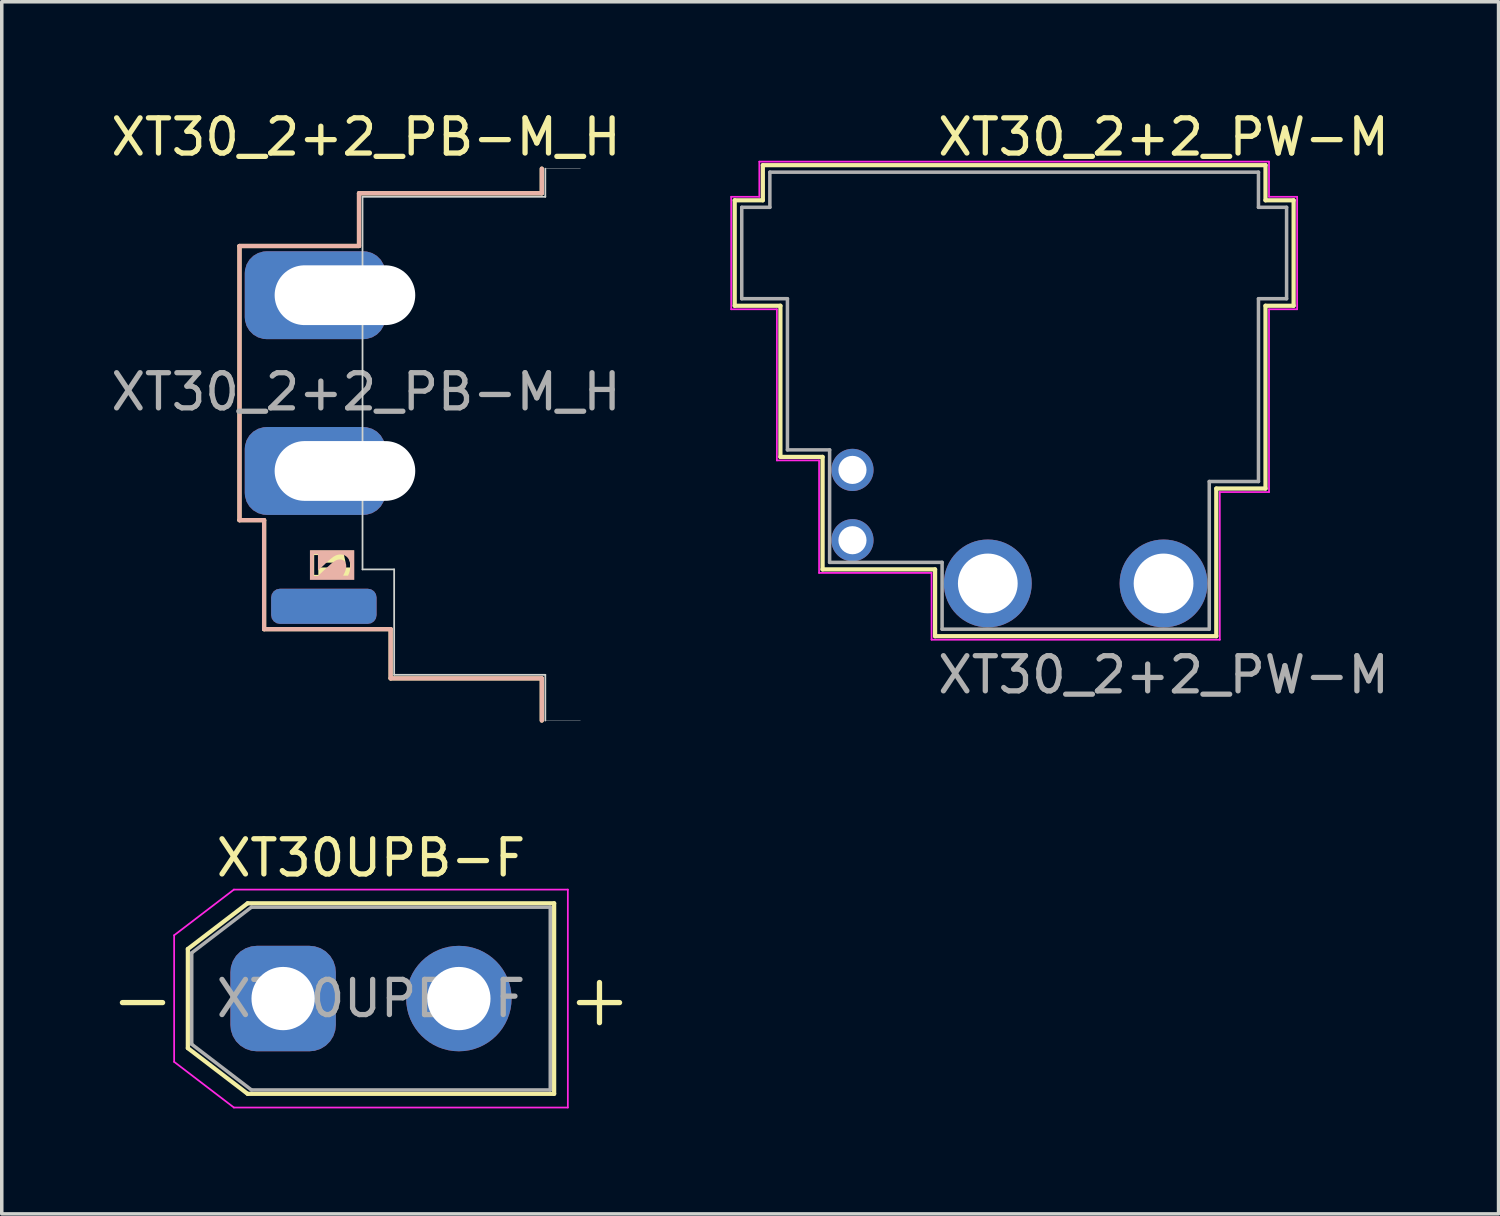
<source format=kicad_pcb>
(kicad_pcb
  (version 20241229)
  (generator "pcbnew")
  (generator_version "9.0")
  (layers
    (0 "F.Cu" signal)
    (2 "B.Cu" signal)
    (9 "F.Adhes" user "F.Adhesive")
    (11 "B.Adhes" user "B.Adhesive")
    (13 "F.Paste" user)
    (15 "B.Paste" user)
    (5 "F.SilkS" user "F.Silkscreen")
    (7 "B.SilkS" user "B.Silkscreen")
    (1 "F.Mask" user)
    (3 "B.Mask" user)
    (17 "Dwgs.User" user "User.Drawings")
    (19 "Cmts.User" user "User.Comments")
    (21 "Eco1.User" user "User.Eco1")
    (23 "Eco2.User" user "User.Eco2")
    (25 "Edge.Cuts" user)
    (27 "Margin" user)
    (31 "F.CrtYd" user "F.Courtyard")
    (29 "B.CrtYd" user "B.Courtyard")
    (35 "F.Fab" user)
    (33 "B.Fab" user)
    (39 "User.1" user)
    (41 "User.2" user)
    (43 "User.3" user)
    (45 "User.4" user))
  (footprint "XT30_2+2_PW-M"
    (layer "F.Cu")
    (at 30.051 13.548)
    (property "Reference" "XT30_2+2_PW-M" (at 0 -12.7 0) (unlocked yes) (layer "F.SilkS") (effects (font (size 1 1) (thickness 0.15))))
    (attr through_hole)
    (fp_line (start -12.2 -10.9) (end -11.4 -10.9) (stroke (width 0.12) (type solid)) (layer "F.SilkS"))
    (fp_line (start -12.2 -7.9) (end -12.2 -10.9) (stroke (width 0.12) (type solid)) (layer "F.SilkS"))
    (fp_line (start -11.4 -11.9) (end 2.9 -11.9) (stroke (width 0.12) (type solid)) (layer "F.SilkS"))
    (fp_line (start -11.4 -10.9) (end -11.4 -11.9) (stroke (width 0.12) (type solid)) (layer "F.SilkS"))
    (fp_line (start -10.9 -7.9) (end -12.2 -7.9) (stroke (width 0.12) (type solid)) (layer "F.SilkS"))
    (fp_line (start -10.9 -3.6) (end -10.9 -7.9) (stroke (width 0.12) (type solid)) (layer "F.SilkS"))
    (fp_line (start -9.7 -3.6) (end -10.9 -3.6) (stroke (width 0.12) (type solid)) (layer "F.SilkS"))
    (fp_line (start -9.7 -0.4) (end -9.7 -3.6) (stroke (width 0.12) (type solid)) (layer "F.SilkS"))
    (fp_line (start -6.5 -0.4) (end -9.7 -0.4) (stroke (width 0.12) (type solid)) (layer "F.SilkS"))
    (fp_line (start -6.5 1.5) (end -6.5 -0.4) (stroke (width 0.12) (type solid)) (layer "F.SilkS"))
    (fp_line (start 1.5 -2.7) (end 1.5 1.5) (stroke (width 0.12) (type solid)) (layer "F.SilkS"))
    (fp_line (start 1.5 1.5) (end -6.5 1.5) (stroke (width 0.12) (type solid)) (layer "F.SilkS"))
    (fp_line (start 2.9 -11.9) (end 2.9 -10.9) (stroke (width 0.12) (type solid)) (layer "F.SilkS"))
    (fp_line (start 2.9 -10.9) (end 3.7 -10.9) (stroke (width 0.12) (type solid)) (layer "F.SilkS"))
    (fp_line (start 2.9 -7.9) (end 2.9 -2.7) (stroke (width 0.12) (type solid)) (layer "F.SilkS"))
    (fp_line (start 2.9 -2.7) (end 1.5 -2.7) (stroke (width 0.12) (type solid)) (layer "F.SilkS"))
    (fp_line (start 3.7 -10.9) (end 3.7 -7.9) (stroke (width 0.12) (type solid)) (layer "F.SilkS"))
    (fp_line (start 3.7 -7.9) (end 2.9 -7.9) (stroke (width 0.12) (type solid)) (layer "F.SilkS"))
    (fp_line (start -12.3 -11) (end -11.5 -11) (stroke (width 0.05) (type solid)) (layer "F.CrtYd"))
    (fp_line (start -12.3 -7.8) (end -12.3 -11) (stroke (width 0.05) (type solid)) (layer "F.CrtYd"))
    (fp_line (start -11.5 -12) (end 3 -12) (stroke (width 0.05) (type solid)) (layer "F.CrtYd"))
    (fp_line (start -11.5 -11) (end -11.5 -12) (stroke (width 0.05) (type solid)) (layer "F.CrtYd"))
    (fp_line (start -11 -7.8) (end -12.3 -7.8) (stroke (width 0.05) (type solid)) (layer "F.CrtYd"))
    (fp_line (start -11 -3.5) (end -11 -7.8) (stroke (width 0.05) (type solid)) (layer "F.CrtYd"))
    (fp_line (start -9.8 -3.5) (end -11 -3.5) (stroke (width 0.05) (type solid)) (layer "F.CrtYd"))
    (fp_line (start -9.8 -0.3) (end -9.8 -3.5) (stroke (width 0.05) (type solid)) (layer "F.CrtYd"))
    (fp_line (start -6.6 -0.3) (end -9.8 -0.3) (stroke (width 0.05) (type solid)) (layer "F.CrtYd"))
    (fp_line (start -6.6 1.6) (end -6.6 -0.3) (stroke (width 0.05) (type solid)) (layer "F.CrtYd"))
    (fp_line (start 1.6 -2.6) (end 1.6 1.6) (stroke (width 0.05) (type solid)) (layer "F.CrtYd"))
    (fp_line (start 1.6 1.6) (end -6.6 1.6) (stroke (width 0.05) (type solid)) (layer "F.CrtYd"))
    (fp_line (start 3 -12) (end 3 -11) (stroke (width 0.05) (type solid)) (layer "F.CrtYd"))
    (fp_line (start 3 -11) (end 3.8 -11) (stroke (width 0.05) (type solid)) (layer "F.CrtYd"))
    (fp_line (start 3 -7.8) (end 3 -2.6) (stroke (width 0.05) (type solid)) (layer "F.CrtYd"))
    (fp_line (start 3 -2.6) (end 1.6 -2.6) (stroke (width 0.05) (type solid)) (layer "F.CrtYd"))
    (fp_line (start 3.8 -11) (end 3.8 -7.8) (stroke (width 0.05) (type solid)) (layer "F.CrtYd"))
    (fp_line (start 3.8 -7.8) (end 3 -7.8) (stroke (width 0.05) (type solid)) (layer "F.CrtYd"))
    (fp_line (start -12 -8.1) (end -12 -10.7) (stroke (width 0.1) (type solid)) (layer "F.Fab"))
    (fp_line (start -11.2 -11.7) (end -11.2 -10.7) (stroke (width 0.1) (type solid)) (layer "F.Fab"))
    (fp_line (start -11.2 -11.7) (end 2.7 -11.7) (stroke (width 0.1) (type solid)) (layer "F.Fab"))
    (fp_line (start -11.2 -10.7) (end -12 -10.7) (stroke (width 0.1) (type solid)) (layer "F.Fab"))
    (fp_line (start -10.7 -8.1) (end -12 -8.1) (stroke (width 0.1) (type solid)) (layer "F.Fab"))
    (fp_line (start -10.7 -3.8) (end -10.7 -8.1) (stroke (width 0.1) (type solid)) (layer "F.Fab"))
    (fp_line (start -9.5 -3.8) (end -10.7 -3.8) (stroke (width 0.1) (type solid)) (layer "F.Fab"))
    (fp_line (start -9.5 -0.6) (end -9.5 -3.8) (stroke (width 0.1) (type solid)) (layer "F.Fab"))
    (fp_line (start -6.3 -0.6) (end -9.5 -0.6) (stroke (width 0.1) (type solid)) (layer "F.Fab"))
    (fp_line (start -6.3 1.3) (end -6.3 -0.6) (stroke (width 0.1) (type solid)) (layer "F.Fab"))
    (fp_line (start -6.3 1.3) (end 1.3 1.3) (stroke (width 0.1) (type solid)) (layer "F.Fab"))
    (fp_line (start 1.3 -2.9) (end 2.7 -2.9) (stroke (width 0.1) (type solid)) (layer "F.Fab"))
    (fp_line (start 1.3 1.3) (end 1.3 -2.9) (stroke (width 0.1) (type solid)) (layer "F.Fab"))
    (fp_line (start 2.7 -10.7) (end 2.7 -11.7) (stroke (width 0.1) (type solid)) (layer "F.Fab"))
    (fp_line (start 2.7 -2.9) (end 2.7 -8.1) (stroke (width 0.1) (type solid)) (layer "F.Fab"))
    (fp_line (start 3.5 -10.7) (end 2.7 -10.7) (stroke (width 0.1) (type solid)) (layer "F.Fab"))
    (fp_line (start 3.5 -10.7) (end 3.5 -8.1) (stroke (width 0.1) (type solid)) (layer "F.Fab"))
    (fp_line (start 3.5 -8.1) (end 2.7 -8.1) (stroke (width 0.1) (type solid)) (layer "F.Fab"))
    (fp_text user "${REFERENCE}" (at 0 2.6 0) (unlocked yes) (layer "F.Fab") (effects (font (size 1 1) (thickness 0.15))))
    (pad "1" thru_hole circle (at -8.85 -3.23) (size 1.2 1.2) (drill 0.8) (layers "*.Cu" "*.Mask"))
    (pad "2" thru_hole circle (at -8.85 -1.23) (size 1.2 1.2) (drill 0.8) (layers "*.Cu" "*.Mask"))
    (pad "P+" thru_hole circle (at 0 0) (size 2.5 2.5) (drill 1.7) (layers "*.Cu" "*.Mask"))
    (pad "P-" thru_hole circle (at -5 0) (size 2.5 2.5) (drill 1.7) (layers "*.Cu" "*.Mask")))
  (footprint "XT30_2+2_PB-M_H"
    (layer "F.Cu")
    (at 7.363 5.348)
    (property "Reference" "XT30_2+2_PB-M_H" (at 0 -4.5 0) (unlocked yes) (layer "F.SilkS") (effects (font (size 1 1) (thickness 0.15))))
    (attr smd)
    (fp_line (start -3.6 -1.4) (end -3.6 6.4) (stroke (width 0.12) (type solid)) (layer "F.SilkS"))
    (fp_line (start -3.6 6.4) (end -2.9 6.4) (stroke (width 0.12) (type solid)) (layer "F.SilkS"))
    (fp_line (start -2.9 6.4) (end -2.9 9.5) (stroke (width 0.12) (type solid)) (layer "F.SilkS"))
    (fp_line (start -2.9 9.5) (end 0.7 9.5) (stroke (width 0.12) (type solid)) (layer "F.SilkS"))
    (fp_line (start -0.2 -2.9) (end -0.2 -1.4) (stroke (width 0.12) (type solid)) (layer "F.SilkS"))
    (fp_line (start -0.2 -1.4) (end -3.6 -1.4) (stroke (width 0.12) (type solid)) (layer "F.SilkS"))
    (fp_line (start 0.7 9.5) (end 0.7 10.9) (stroke (width 0.12) (type solid)) (layer "F.SilkS"))
    (fp_line (start 0.7 10.9) (end 5 10.9) (stroke (width 0.12) (type solid)) (layer "F.SilkS"))
    (fp_line (start 5 -3.6) (end 5 -2.9) (stroke (width 0.12) (type solid)) (layer "F.SilkS"))
    (fp_line (start 5 -2.9) (end -0.2 -2.9) (stroke (width 0.12) (type solid)) (layer "F.SilkS"))
    (fp_line (start 5 10.9) (end 5 12.1) (stroke (width 0.12) (type solid)) (layer "F.SilkS"))
    (fp_line (start -3.6 -1.4) (end -3.6 6.4) (stroke (width 0.12) (type solid)) (layer "B.SilkS"))
    (fp_line (start -3.6 6.4) (end -2.9 6.4) (stroke (width 0.12) (type solid)) (layer "B.SilkS"))
    (fp_line (start -2.9 6.4) (end -2.9 9.5) (stroke (width 0.12) (type solid)) (layer "B.SilkS"))
    (fp_line (start -2.9 9.5) (end 0.7 9.5) (stroke (width 0.12) (type solid)) (layer "B.SilkS"))
    (fp_line (start -0.2 -2.9) (end -0.2 -1.4) (stroke (width 0.12) (type solid)) (layer "B.SilkS"))
    (fp_line (start -0.2 -1.4) (end -3.6 -1.4) (stroke (width 0.12) (type solid)) (layer "B.SilkS"))
    (fp_line (start 0.7 9.5) (end 0.7 10.9) (stroke (width 0.12) (type solid)) (layer "B.SilkS"))
    (fp_line (start 0.7 10.9) (end 5 10.9) (stroke (width 0.12) (type solid)) (layer "B.SilkS"))
    (fp_line (start 5 -3.6) (end 5 -2.9) (stroke (width 0.12) (type solid)) (layer "B.SilkS"))
    (fp_line (start 5 -2.9) (end -0.2 -2.9) (stroke (width 0.12) (type solid)) (layer "B.SilkS"))
    (fp_line (start 5 10.9) (end 5 12.1) (stroke (width 0.12) (type solid)) (layer "B.SilkS"))
    (fp_line (start 6.1 -3.6) (end 5.1 -3.6) (stroke (width 0.01) (type solid)) (layer "Dwgs.User"))
    (fp_line (start 6.1 12.1) (end 5.1 12.1) (stroke (width 0.01) (type solid)) (layer "Dwgs.User"))
    (fp_line (start -0.1 -2.8) (end -0.1 7.8) (stroke (width 0.05) (type solid)) (layer "Edge.Cuts"))
    (fp_line (start -0.1 -2.8) (end 5.1 -2.8) (stroke (width 0.05) (type solid)) (layer "Edge.Cuts"))
    (fp_line (start 0.8 7.8) (end -0.1 7.8) (stroke (width 0.05) (type solid)) (layer "Edge.Cuts"))
    (fp_line (start 0.8 7.8) (end 0.8 10.8) (stroke (width 0.05) (type default)) (layer "Edge.Cuts"))
    (fp_line (start 5.1 -2.8) (end 5.1 -3.6) (stroke (width 0.05) (type solid)) (layer "Edge.Cuts"))
    (fp_line (start 5.1 10.8) (end 0.8 10.8) (stroke (width 0.05) (type solid)) (layer "Edge.Cuts"))
    (fp_line (start 5.1 12.1) (end 5.1 10.8) (stroke (width 0.05) (type solid)) (layer "Edge.Cuts"))
    (fp_text user "1" (at -1.06 7.63 270) (unlocked yes) (layer "F.SilkS" knockout) (effects (font (face "DejaVu Sans Mono") (size 1 1) (thickness 0.1))))
    (fp_text user "2" (at -1.07 7.67 270) (unlocked yes) (layer "B.SilkS" knockout) (effects (font (face "DejaVu Sans Mono") (size 1 1) (thickness 0.1)) (justify mirror)))
    (fp_text user "${REFERENCE}" (at 0 2.75 0) (unlocked yes) (layer "F.Fab") (effects (font (size 1 1) (thickness 0.15))))
    (pad "1" smd roundrect (at -1.2 8.85) (size 3 1) (layers "F.Cu" "F.Mask" "F.Paste") (roundrect_rratio 0.25))
    (pad "2" smd roundrect (at -1.2 8.85) (size 3 1) (layers "B.Cu" "B.Mask" "B.Paste") (roundrect_rratio 0.25))
    (pad "P+" thru_hole roundrect (at -0.6 0) (size 4 2.5) (drill oval 4.5 1.7 (offset -0.85 0)) (layers "*.Cu" "*.Mask") (remove_unused_layers yes) (keep_end_layers yes) (zone_layer_connections) (roundrect_rratio 0.25))
    (pad "P-" thru_hole roundrect (at -0.6 5) (size 4 2.5) (drill oval 4.5 1.7 (offset -0.85 0)) (layers "*.Cu" "*.Mask") (remove_unused_layers yes) (keep_end_layers yes) (zone_layer_connections) (roundrect_rratio 0.25)))
  (footprint "XT30UPB-F"
    (layer "F.Cu")
    (at 5.004 25.357)
    (property "Reference" "XT30UPB-F" (at 2.5 -4 0) (layer "F.SilkS") (effects (font (size 1 1) (thickness 0.15))))
    (attr through_hole)
    (fp_line (start -2.71 -1.41) (end -2.71 1.41) (stroke (width 0.12) (type solid)) (layer "F.SilkS"))
    (fp_line (start -2.71 -1.41) (end -1.01 -2.71) (stroke (width 0.12) (type solid)) (layer "F.SilkS"))
    (fp_line (start -2.71 1.41) (end -1.01 2.71) (stroke (width 0.12) (type solid)) (layer "F.SilkS"))
    (fp_line (start -1.01 -2.71) (end 7.71 -2.71) (stroke (width 0.12) (type solid)) (layer "F.SilkS"))
    (fp_line (start -1.01 2.71) (end 7.71 2.71) (stroke (width 0.12) (type solid)) (layer "F.SilkS"))
    (fp_line (start 7.71 -2.71) (end 7.71 2.71) (stroke (width 0.12) (type solid)) (layer "F.SilkS"))
    (fp_line (start -3.1 -1.8) (end -3.1 1.8) (stroke (width 0.05) (type solid)) (layer "F.CrtYd"))
    (fp_line (start -3.1 -1.8) (end -1.4 -3.1) (stroke (width 0.05) (type solid)) (layer "F.CrtYd"))
    (fp_line (start -3.1 1.8) (end -1.4 3.1) (stroke (width 0.05) (type solid)) (layer "F.CrtYd"))
    (fp_line (start -1.4 -3.1) (end 8.1 -3.1) (stroke (width 0.05) (type solid)) (layer "F.CrtYd"))
    (fp_line (start -1.4 3.1) (end 8.1 3.1) (stroke (width 0.05) (type solid)) (layer "F.CrtYd"))
    (fp_line (start 8.1 -3.1) (end 8.1 3.1) (stroke (width 0.05) (type solid)) (layer "F.CrtYd"))
    (fp_line (start -2.6 -1.3) (end -2.6 1.3) (stroke (width 0.1) (type solid)) (layer "F.Fab"))
    (fp_line (start -2.6 -1.3) (end -0.9 -2.6) (stroke (width 0.1) (type solid)) (layer "F.Fab"))
    (fp_line (start -2.6 1.3) (end -0.9 2.6) (stroke (width 0.1) (type solid)) (layer "F.Fab"))
    (fp_line (start -0.9 -2.6) (end 7.6 -2.6) (stroke (width 0.1) (type solid)) (layer "F.Fab"))
    (fp_line (start -0.9 2.6) (end 7.6 2.6) (stroke (width 0.1) (type solid)) (layer "F.Fab"))
    (fp_line (start 7.6 -2.6) (end 7.6 2.6) (stroke (width 0.1) (type solid)) (layer "F.Fab"))
    (fp_text user "+" (at 9 0 0) (layer "F.SilkS") (effects (font (size 1.5 1.5) (thickness 0.15))))
    (fp_text user "-" (at -4 0 0) (layer "F.SilkS") (effects (font (size 1.5 1.5) (thickness 0.15))))
    (fp_text user "${REFERENCE}" (at 2.5 0 0) (layer "F.Fab") (effects (font (size 1 1) (thickness 0.15))))
    (pad "1" thru_hole roundrect (at 0 0) (size 3 3) (drill 1.8) (layers "*.Cu" "*.Mask") (remove_unused_layers yes) (keep_end_layers yes) (zone_layer_connections) (roundrect_rratio 0.25))
    (pad "2" thru_hole circle (at 5 0) (size 3 3) (drill 1.8) (layers "*.Cu" "*.Mask") (remove_unused_layers yes) (keep_end_layers yes) (zone_layer_connections)))
  (gr_rect
    (start -3 -3)
    (end 39.581 31.482)
    (stroke (width 0.1) (type default))
    (fill no)
    (layer "Edge.Cuts")))
</source>
